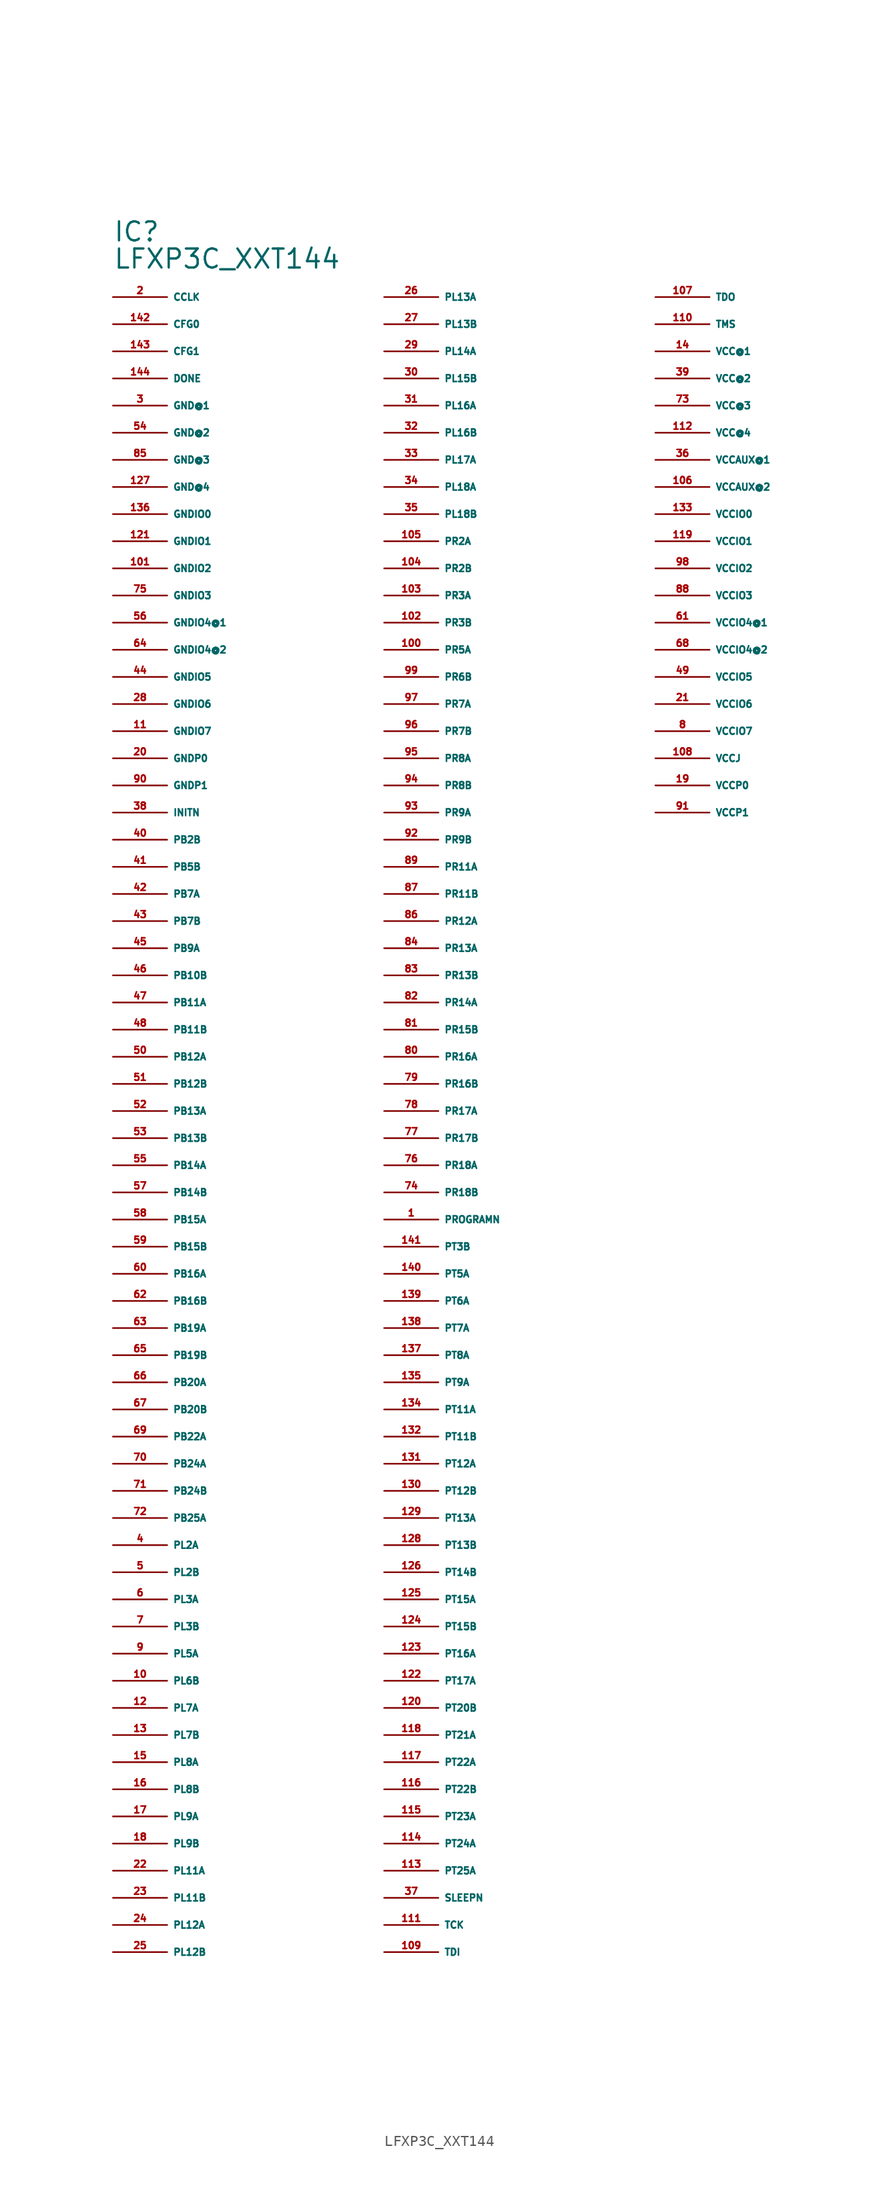
<source format=kicad_sym>
(kicad_symbol_lib
  (version 20220914)
  (generator Eagle2Kicad)
  (symbol "LFXP3C_XXT144"
    (property "Reference" "IC"
      (at -30.48 86.36 0)
      (effects (font (size 1.778 1.778) (thickness 0.22)) (justify left bottom)))
    (property "Value" "LFXP3C_XXT144"
      (at -30.48 83.82 0)
      (effects (font (size 1.778 1.778) (thickness 0.22)) (justify left bottom)))
    (pin bidirectional line
      (at -30.48 81.28 0)
      (length 5.08)
      (name "CCLK" (effects (font (size 0.635 0.635) (thickness 0.08)) (justify left bottom)))
      (number "2" (effects (font (size 0.635 0.635) (thickness 0.08)) (justify left bottom))))
    (pin input line
      (at -30.48 78.74 0)
      (length 5.08)
      (name "CFG0" (effects (font (size 0.635 0.635) (thickness 0.08)) (justify left bottom)))
      (number "142" (effects (font (size 0.635 0.635) (thickness 0.08)) (justify left bottom))))
    (pin input line
      (at -30.48 76.2 0)
      (length 5.08)
      (name "CFG1" (effects (font (size 0.635 0.635) (thickness 0.08)) (justify left bottom)))
      (number "143" (effects (font (size 0.635 0.635) (thickness 0.08)) (justify left bottom))))
    (pin bidirectional line
      (at -30.48 73.66 0)
      (length 5.08)
      (name "DONE" (effects (font (size 0.635 0.635) (thickness 0.08)) (justify left bottom)))
      (number "144" (effects (font (size 0.635 0.635) (thickness 0.08)) (justify left bottom))))
    (pin unspecified line
      (at -30.48 71.12 0)
      (length 5.08)
      (name "GND@1" (effects (font (size 0.635 0.635) (thickness 0.08)) (justify left bottom)))
      (number "3" (effects (font (size 0.635 0.635) (thickness 0.08)) (justify left bottom))))
    (pin unspecified line
      (at -30.48 68.58 0)
      (length 5.08)
      (name "GND@2" (effects (font (size 0.635 0.635) (thickness 0.08)) (justify left bottom)))
      (number "54" (effects (font (size 0.635 0.635) (thickness 0.08)) (justify left bottom))))
    (pin unspecified line
      (at -30.48 66.04 0)
      (length 5.08)
      (name "GND@3" (effects (font (size 0.635 0.635) (thickness 0.08)) (justify left bottom)))
      (number "85" (effects (font (size 0.635 0.635) (thickness 0.08)) (justify left bottom))))
    (pin unspecified line
      (at -30.48 63.5 0)
      (length 5.08)
      (name "GND@4" (effects (font (size 0.635 0.635) (thickness 0.08)) (justify left bottom)))
      (number "127" (effects (font (size 0.635 0.635) (thickness 0.08)) (justify left bottom))))
    (pin unspecified line
      (at -30.48 60.96 0)
      (length 5.08)
      (name "GNDIO0" (effects (font (size 0.635 0.635) (thickness 0.08)) (justify left bottom)))
      (number "136" (effects (font (size 0.635 0.635) (thickness 0.08)) (justify left bottom))))
    (pin unspecified line
      (at -30.48 58.42 0)
      (length 5.08)
      (name "GNDIO1" (effects (font (size 0.635 0.635) (thickness 0.08)) (justify left bottom)))
      (number "121" (effects (font (size 0.635 0.635) (thickness 0.08)) (justify left bottom))))
    (pin unspecified line
      (at -30.48 55.88 0)
      (length 5.08)
      (name "GNDIO2" (effects (font (size 0.635 0.635) (thickness 0.08)) (justify left bottom)))
      (number "101" (effects (font (size 0.635 0.635) (thickness 0.08)) (justify left bottom))))
    (pin unspecified line
      (at -30.48 53.34 0)
      (length 5.08)
      (name "GNDIO3" (effects (font (size 0.635 0.635) (thickness 0.08)) (justify left bottom)))
      (number "75" (effects (font (size 0.635 0.635) (thickness 0.08)) (justify left bottom))))
    (pin unspecified line
      (at -30.48 50.8 0)
      (length 5.08)
      (name "GNDIO4@1" (effects (font (size 0.635 0.635) (thickness 0.08)) (justify left bottom)))
      (number "56" (effects (font (size 0.635 0.635) (thickness 0.08)) (justify left bottom))))
    (pin unspecified line
      (at -30.48 48.26 0)
      (length 5.08)
      (name "GNDIO4@2" (effects (font (size 0.635 0.635) (thickness 0.08)) (justify left bottom)))
      (number "64" (effects (font (size 0.635 0.635) (thickness 0.08)) (justify left bottom))))
    (pin unspecified line
      (at -30.48 45.72 0)
      (length 5.08)
      (name "GNDIO5" (effects (font (size 0.635 0.635) (thickness 0.08)) (justify left bottom)))
      (number "44" (effects (font (size 0.635 0.635) (thickness 0.08)) (justify left bottom))))
    (pin unspecified line
      (at -30.48 43.18 0)
      (length 5.08)
      (name "GNDIO6" (effects (font (size 0.635 0.635) (thickness 0.08)) (justify left bottom)))
      (number "28" (effects (font (size 0.635 0.635) (thickness 0.08)) (justify left bottom))))
    (pin unspecified line
      (at -30.48 40.64 0)
      (length 5.08)
      (name "GNDIO7" (effects (font (size 0.635 0.635) (thickness 0.08)) (justify left bottom)))
      (number "11" (effects (font (size 0.635 0.635) (thickness 0.08)) (justify left bottom))))
    (pin unspecified line
      (at -30.48 38.1 0)
      (length 5.08)
      (name "GNDP0" (effects (font (size 0.635 0.635) (thickness 0.08)) (justify left bottom)))
      (number "20" (effects (font (size 0.635 0.635) (thickness 0.08)) (justify left bottom))))
    (pin unspecified line
      (at -30.48 35.56 0)
      (length 5.08)
      (name "GNDP1" (effects (font (size 0.635 0.635) (thickness 0.08)) (justify left bottom)))
      (number "90" (effects (font (size 0.635 0.635) (thickness 0.08)) (justify left bottom))))
    (pin bidirectional line
      (at -30.48 33.02 0)
      (length 5.08)
      (name "INITN" (effects (font (size 0.635 0.635) (thickness 0.08)) (justify left bottom)))
      (number "38" (effects (font (size 0.635 0.635) (thickness 0.08)) (justify left bottom))))
    (pin bidirectional line
      (at -30.48 30.48 0)
      (length 5.08)
      (name "PB2B" (effects (font (size 0.635 0.635) (thickness 0.08)) (justify left bottom)))
      (number "40" (effects (font (size 0.635 0.635) (thickness 0.08)) (justify left bottom))))
    (pin bidirectional line
      (at -30.48 27.94 0)
      (length 5.08)
      (name "PB5B" (effects (font (size 0.635 0.635) (thickness 0.08)) (justify left bottom)))
      (number "41" (effects (font (size 0.635 0.635) (thickness 0.08)) (justify left bottom))))
    (pin bidirectional line
      (at -30.48 25.4 0)
      (length 5.08)
      (name "PB7A" (effects (font (size 0.635 0.635) (thickness 0.08)) (justify left bottom)))
      (number "42" (effects (font (size 0.635 0.635) (thickness 0.08)) (justify left bottom))))
    (pin bidirectional line
      (at -30.48 22.86 0)
      (length 5.08)
      (name "PB7B" (effects (font (size 0.635 0.635) (thickness 0.08)) (justify left bottom)))
      (number "43" (effects (font (size 0.635 0.635) (thickness 0.08)) (justify left bottom))))
    (pin bidirectional line
      (at -30.48 20.32 0)
      (length 5.08)
      (name "PB9A" (effects (font (size 0.635 0.635) (thickness 0.08)) (justify left bottom)))
      (number "45" (effects (font (size 0.635 0.635) (thickness 0.08)) (justify left bottom))))
    (pin bidirectional line
      (at -30.48 17.78 0)
      (length 5.08)
      (name "PB10B" (effects (font (size 0.635 0.635) (thickness 0.08)) (justify left bottom)))
      (number "46" (effects (font (size 0.635 0.635) (thickness 0.08)) (justify left bottom))))
    (pin bidirectional line
      (at -30.48 15.24 0)
      (length 5.08)
      (name "PB11A" (effects (font (size 0.635 0.635) (thickness 0.08)) (justify left bottom)))
      (number "47" (effects (font (size 0.635 0.635) (thickness 0.08)) (justify left bottom))))
    (pin bidirectional line
      (at -30.48 12.7 0)
      (length 5.08)
      (name "PB11B" (effects (font (size 0.635 0.635) (thickness 0.08)) (justify left bottom)))
      (number "48" (effects (font (size 0.635 0.635) (thickness 0.08)) (justify left bottom))))
    (pin bidirectional line
      (at -30.48 10.16 0)
      (length 5.08)
      (name "PB12A" (effects (font (size 0.635 0.635) (thickness 0.08)) (justify left bottom)))
      (number "50" (effects (font (size 0.635 0.635) (thickness 0.08)) (justify left bottom))))
    (pin bidirectional line
      (at -30.48 7.62 0)
      (length 5.08)
      (name "PB12B" (effects (font (size 0.635 0.635) (thickness 0.08)) (justify left bottom)))
      (number "51" (effects (font (size 0.635 0.635) (thickness 0.08)) (justify left bottom))))
    (pin bidirectional line
      (at -30.48 5.08 0)
      (length 5.08)
      (name "PB13A" (effects (font (size 0.635 0.635) (thickness 0.08)) (justify left bottom)))
      (number "52" (effects (font (size 0.635 0.635) (thickness 0.08)) (justify left bottom))))
    (pin bidirectional line
      (at -30.48 2.54 0)
      (length 5.08)
      (name "PB13B" (effects (font (size 0.635 0.635) (thickness 0.08)) (justify left bottom)))
      (number "53" (effects (font (size 0.635 0.635) (thickness 0.08)) (justify left bottom))))
    (pin bidirectional line
      (at -30.48 0 0)
      (length 5.08)
      (name "PB14A" (effects (font (size 0.635 0.635) (thickness 0.08)) (justify left bottom)))
      (number "55" (effects (font (size 0.635 0.635) (thickness 0.08)) (justify left bottom))))
    (pin bidirectional line
      (at -30.48 -2.54 0)
      (length 5.08)
      (name "PB14B" (effects (font (size 0.635 0.635) (thickness 0.08)) (justify left bottom)))
      (number "57" (effects (font (size 0.635 0.635) (thickness 0.08)) (justify left bottom))))
    (pin bidirectional line
      (at -30.48 -5.08 0)
      (length 5.08)
      (name "PB15A" (effects (font (size 0.635 0.635) (thickness 0.08)) (justify left bottom)))
      (number "58" (effects (font (size 0.635 0.635) (thickness 0.08)) (justify left bottom))))
    (pin bidirectional line
      (at -30.48 -7.62 0)
      (length 5.08)
      (name "PB15B" (effects (font (size 0.635 0.635) (thickness 0.08)) (justify left bottom)))
      (number "59" (effects (font (size 0.635 0.635) (thickness 0.08)) (justify left bottom))))
    (pin bidirectional line
      (at -30.48 -10.16 0)
      (length 5.08)
      (name "PB16A" (effects (font (size 0.635 0.635) (thickness 0.08)) (justify left bottom)))
      (number "60" (effects (font (size 0.635 0.635) (thickness 0.08)) (justify left bottom))))
    (pin bidirectional line
      (at -30.48 -12.7 0)
      (length 5.08)
      (name "PB16B" (effects (font (size 0.635 0.635) (thickness 0.08)) (justify left bottom)))
      (number "62" (effects (font (size 0.635 0.635) (thickness 0.08)) (justify left bottom))))
    (pin bidirectional line
      (at -30.48 -15.24 0)
      (length 5.08)
      (name "PB19A" (effects (font (size 0.635 0.635) (thickness 0.08)) (justify left bottom)))
      (number "63" (effects (font (size 0.635 0.635) (thickness 0.08)) (justify left bottom))))
    (pin bidirectional line
      (at -30.48 -17.78 0)
      (length 5.08)
      (name "PB19B" (effects (font (size 0.635 0.635) (thickness 0.08)) (justify left bottom)))
      (number "65" (effects (font (size 0.635 0.635) (thickness 0.08)) (justify left bottom))))
    (pin bidirectional line
      (at -30.48 -20.32 0)
      (length 5.08)
      (name "PB20A" (effects (font (size 0.635 0.635) (thickness 0.08)) (justify left bottom)))
      (number "66" (effects (font (size 0.635 0.635) (thickness 0.08)) (justify left bottom))))
    (pin bidirectional line
      (at -30.48 -22.86 0)
      (length 5.08)
      (name "PB20B" (effects (font (size 0.635 0.635) (thickness 0.08)) (justify left bottom)))
      (number "67" (effects (font (size 0.635 0.635) (thickness 0.08)) (justify left bottom))))
    (pin bidirectional line
      (at -30.48 -25.4 0)
      (length 5.08)
      (name "PB22A" (effects (font (size 0.635 0.635) (thickness 0.08)) (justify left bottom)))
      (number "69" (effects (font (size 0.635 0.635) (thickness 0.08)) (justify left bottom))))
    (pin bidirectional line
      (at -30.48 -27.94 0)
      (length 5.08)
      (name "PB24A" (effects (font (size 0.635 0.635) (thickness 0.08)) (justify left bottom)))
      (number "70" (effects (font (size 0.635 0.635) (thickness 0.08)) (justify left bottom))))
    (pin bidirectional line
      (at -30.48 -30.48 0)
      (length 5.08)
      (name "PB24B" (effects (font (size 0.635 0.635) (thickness 0.08)) (justify left bottom)))
      (number "71" (effects (font (size 0.635 0.635) (thickness 0.08)) (justify left bottom))))
    (pin bidirectional line
      (at -30.48 -33.02 0)
      (length 5.08)
      (name "PB25A" (effects (font (size 0.635 0.635) (thickness 0.08)) (justify left bottom)))
      (number "72" (effects (font (size 0.635 0.635) (thickness 0.08)) (justify left bottom))))
    (pin bidirectional line
      (at -30.48 -35.56 0)
      (length 5.08)
      (name "PL2A" (effects (font (size 0.635 0.635) (thickness 0.08)) (justify left bottom)))
      (number "4" (effects (font (size 0.635 0.635) (thickness 0.08)) (justify left bottom))))
    (pin bidirectional line
      (at -30.48 -38.1 0)
      (length 5.08)
      (name "PL2B" (effects (font (size 0.635 0.635) (thickness 0.08)) (justify left bottom)))
      (number "5" (effects (font (size 0.635 0.635) (thickness 0.08)) (justify left bottom))))
    (pin bidirectional line
      (at -30.48 -40.64 0)
      (length 5.08)
      (name "PL3A" (effects (font (size 0.635 0.635) (thickness 0.08)) (justify left bottom)))
      (number "6" (effects (font (size 0.635 0.635) (thickness 0.08)) (justify left bottom))))
    (pin bidirectional line
      (at -30.48 -43.18 0)
      (length 5.08)
      (name "PL3B" (effects (font (size 0.635 0.635) (thickness 0.08)) (justify left bottom)))
      (number "7" (effects (font (size 0.635 0.635) (thickness 0.08)) (justify left bottom))))
    (pin bidirectional line
      (at -30.48 -45.72 0)
      (length 5.08)
      (name "PL5A" (effects (font (size 0.635 0.635) (thickness 0.08)) (justify left bottom)))
      (number "9" (effects (font (size 0.635 0.635) (thickness 0.08)) (justify left bottom))))
    (pin bidirectional line
      (at -30.48 -48.26 0)
      (length 5.08)
      (name "PL6B" (effects (font (size 0.635 0.635) (thickness 0.08)) (justify left bottom)))
      (number "10" (effects (font (size 0.635 0.635) (thickness 0.08)) (justify left bottom))))
    (pin bidirectional line
      (at -30.48 -50.8 0)
      (length 5.08)
      (name "PL7A" (effects (font (size 0.635 0.635) (thickness 0.08)) (justify left bottom)))
      (number "12" (effects (font (size 0.635 0.635) (thickness 0.08)) (justify left bottom))))
    (pin bidirectional line
      (at -30.48 -53.34 0)
      (length 5.08)
      (name "PL7B" (effects (font (size 0.635 0.635) (thickness 0.08)) (justify left bottom)))
      (number "13" (effects (font (size 0.635 0.635) (thickness 0.08)) (justify left bottom))))
    (pin bidirectional line
      (at -30.48 -55.88 0)
      (length 5.08)
      (name "PL8A" (effects (font (size 0.635 0.635) (thickness 0.08)) (justify left bottom)))
      (number "15" (effects (font (size 0.635 0.635) (thickness 0.08)) (justify left bottom))))
    (pin bidirectional line
      (at -30.48 -58.42 0)
      (length 5.08)
      (name "PL8B" (effects (font (size 0.635 0.635) (thickness 0.08)) (justify left bottom)))
      (number "16" (effects (font (size 0.635 0.635) (thickness 0.08)) (justify left bottom))))
    (pin bidirectional line
      (at -30.48 -60.96 0)
      (length 5.08)
      (name "PL9A" (effects (font (size 0.635 0.635) (thickness 0.08)) (justify left bottom)))
      (number "17" (effects (font (size 0.635 0.635) (thickness 0.08)) (justify left bottom))))
    (pin bidirectional line
      (at -30.48 -63.5 0)
      (length 5.08)
      (name "PL9B" (effects (font (size 0.635 0.635) (thickness 0.08)) (justify left bottom)))
      (number "18" (effects (font (size 0.635 0.635) (thickness 0.08)) (justify left bottom))))
    (pin bidirectional line
      (at -30.48 -66.04 0)
      (length 5.08)
      (name "PL11A" (effects (font (size 0.635 0.635) (thickness 0.08)) (justify left bottom)))
      (number "22" (effects (font (size 0.635 0.635) (thickness 0.08)) (justify left bottom))))
    (pin bidirectional line
      (at -30.48 -68.58 0)
      (length 5.08)
      (name "PL11B" (effects (font (size 0.635 0.635) (thickness 0.08)) (justify left bottom)))
      (number "23" (effects (font (size 0.635 0.635) (thickness 0.08)) (justify left bottom))))
    (pin bidirectional line
      (at -30.48 -71.12 0)
      (length 5.08)
      (name "PL12A" (effects (font (size 0.635 0.635) (thickness 0.08)) (justify left bottom)))
      (number "24" (effects (font (size 0.635 0.635) (thickness 0.08)) (justify left bottom))))
    (pin bidirectional line
      (at -30.48 -73.66 0)
      (length 5.08)
      (name "PL12B" (effects (font (size 0.635 0.635) (thickness 0.08)) (justify left bottom)))
      (number "25" (effects (font (size 0.635 0.635) (thickness 0.08)) (justify left bottom))))
    (pin bidirectional line
      (at -5.08 81.28 0)
      (length 5.08)
      (name "PL13A" (effects (font (size 0.635 0.635) (thickness 0.08)) (justify left bottom)))
      (number "26" (effects (font (size 0.635 0.635) (thickness 0.08)) (justify left bottom))))
    (pin bidirectional line
      (at -5.08 78.74 0)
      (length 5.08)
      (name "PL13B" (effects (font (size 0.635 0.635) (thickness 0.08)) (justify left bottom)))
      (number "27" (effects (font (size 0.635 0.635) (thickness 0.08)) (justify left bottom))))
    (pin bidirectional line
      (at -5.08 76.2 0)
      (length 5.08)
      (name "PL14A" (effects (font (size 0.635 0.635) (thickness 0.08)) (justify left bottom)))
      (number "29" (effects (font (size 0.635 0.635) (thickness 0.08)) (justify left bottom))))
    (pin bidirectional line
      (at -5.08 73.66 0)
      (length 5.08)
      (name "PL15B" (effects (font (size 0.635 0.635) (thickness 0.08)) (justify left bottom)))
      (number "30" (effects (font (size 0.635 0.635) (thickness 0.08)) (justify left bottom))))
    (pin bidirectional line
      (at -5.08 71.12 0)
      (length 5.08)
      (name "PL16A" (effects (font (size 0.635 0.635) (thickness 0.08)) (justify left bottom)))
      (number "31" (effects (font (size 0.635 0.635) (thickness 0.08)) (justify left bottom))))
    (pin bidirectional line
      (at -5.08 68.58 0)
      (length 5.08)
      (name "PL16B" (effects (font (size 0.635 0.635) (thickness 0.08)) (justify left bottom)))
      (number "32" (effects (font (size 0.635 0.635) (thickness 0.08)) (justify left bottom))))
    (pin bidirectional line
      (at -5.08 66.04 0)
      (length 5.08)
      (name "PL17A" (effects (font (size 0.635 0.635) (thickness 0.08)) (justify left bottom)))
      (number "33" (effects (font (size 0.635 0.635) (thickness 0.08)) (justify left bottom))))
    (pin bidirectional line
      (at -5.08 63.5 0)
      (length 5.08)
      (name "PL18A" (effects (font (size 0.635 0.635) (thickness 0.08)) (justify left bottom)))
      (number "34" (effects (font (size 0.635 0.635) (thickness 0.08)) (justify left bottom))))
    (pin bidirectional line
      (at -5.08 60.96 0)
      (length 5.08)
      (name "PL18B" (effects (font (size 0.635 0.635) (thickness 0.08)) (justify left bottom)))
      (number "35" (effects (font (size 0.635 0.635) (thickness 0.08)) (justify left bottom))))
    (pin bidirectional line
      (at -5.08 58.42 0)
      (length 5.08)
      (name "PR2A" (effects (font (size 0.635 0.635) (thickness 0.08)) (justify left bottom)))
      (number "105" (effects (font (size 0.635 0.635) (thickness 0.08)) (justify left bottom))))
    (pin bidirectional line
      (at -5.08 55.88 0)
      (length 5.08)
      (name "PR2B" (effects (font (size 0.635 0.635) (thickness 0.08)) (justify left bottom)))
      (number "104" (effects (font (size 0.635 0.635) (thickness 0.08)) (justify left bottom))))
    (pin bidirectional line
      (at -5.08 53.34 0)
      (length 5.08)
      (name "PR3A" (effects (font (size 0.635 0.635) (thickness 0.08)) (justify left bottom)))
      (number "103" (effects (font (size 0.635 0.635) (thickness 0.08)) (justify left bottom))))
    (pin bidirectional line
      (at -5.08 50.8 0)
      (length 5.08)
      (name "PR3B" (effects (font (size 0.635 0.635) (thickness 0.08)) (justify left bottom)))
      (number "102" (effects (font (size 0.635 0.635) (thickness 0.08)) (justify left bottom))))
    (pin bidirectional line
      (at -5.08 48.26 0)
      (length 5.08)
      (name "PR5A" (effects (font (size 0.635 0.635) (thickness 0.08)) (justify left bottom)))
      (number "100" (effects (font (size 0.635 0.635) (thickness 0.08)) (justify left bottom))))
    (pin bidirectional line
      (at -5.08 45.72 0)
      (length 5.08)
      (name "PR6B" (effects (font (size 0.635 0.635) (thickness 0.08)) (justify left bottom)))
      (number "99" (effects (font (size 0.635 0.635) (thickness 0.08)) (justify left bottom))))
    (pin bidirectional line
      (at -5.08 43.18 0)
      (length 5.08)
      (name "PR7A" (effects (font (size 0.635 0.635) (thickness 0.08)) (justify left bottom)))
      (number "97" (effects (font (size 0.635 0.635) (thickness 0.08)) (justify left bottom))))
    (pin bidirectional line
      (at -5.08 40.64 0)
      (length 5.08)
      (name "PR7B" (effects (font (size 0.635 0.635) (thickness 0.08)) (justify left bottom)))
      (number "96" (effects (font (size 0.635 0.635) (thickness 0.08)) (justify left bottom))))
    (pin bidirectional line
      (at -5.08 38.1 0)
      (length 5.08)
      (name "PR8A" (effects (font (size 0.635 0.635) (thickness 0.08)) (justify left bottom)))
      (number "95" (effects (font (size 0.635 0.635) (thickness 0.08)) (justify left bottom))))
    (pin bidirectional line
      (at -5.08 35.56 0)
      (length 5.08)
      (name "PR8B" (effects (font (size 0.635 0.635) (thickness 0.08)) (justify left bottom)))
      (number "94" (effects (font (size 0.635 0.635) (thickness 0.08)) (justify left bottom))))
    (pin bidirectional line
      (at -5.08 33.02 0)
      (length 5.08)
      (name "PR9A" (effects (font (size 0.635 0.635) (thickness 0.08)) (justify left bottom)))
      (number "93" (effects (font (size 0.635 0.635) (thickness 0.08)) (justify left bottom))))
    (pin bidirectional line
      (at -5.08 30.48 0)
      (length 5.08)
      (name "PR9B" (effects (font (size 0.635 0.635) (thickness 0.08)) (justify left bottom)))
      (number "92" (effects (font (size 0.635 0.635) (thickness 0.08)) (justify left bottom))))
    (pin bidirectional line
      (at -5.08 27.94 0)
      (length 5.08)
      (name "PR11A" (effects (font (size 0.635 0.635) (thickness 0.08)) (justify left bottom)))
      (number "89" (effects (font (size 0.635 0.635) (thickness 0.08)) (justify left bottom))))
    (pin bidirectional line
      (at -5.08 25.4 0)
      (length 5.08)
      (name "PR11B" (effects (font (size 0.635 0.635) (thickness 0.08)) (justify left bottom)))
      (number "87" (effects (font (size 0.635 0.635) (thickness 0.08)) (justify left bottom))))
    (pin bidirectional line
      (at -5.08 22.86 0)
      (length 5.08)
      (name "PR12A" (effects (font (size 0.635 0.635) (thickness 0.08)) (justify left bottom)))
      (number "86" (effects (font (size 0.635 0.635) (thickness 0.08)) (justify left bottom))))
    (pin bidirectional line
      (at -5.08 20.32 0)
      (length 5.08)
      (name "PR13A" (effects (font (size 0.635 0.635) (thickness 0.08)) (justify left bottom)))
      (number "84" (effects (font (size 0.635 0.635) (thickness 0.08)) (justify left bottom))))
    (pin bidirectional line
      (at -5.08 17.78 0)
      (length 5.08)
      (name "PR13B" (effects (font (size 0.635 0.635) (thickness 0.08)) (justify left bottom)))
      (number "83" (effects (font (size 0.635 0.635) (thickness 0.08)) (justify left bottom))))
    (pin bidirectional line
      (at -5.08 15.24 0)
      (length 5.08)
      (name "PR14A" (effects (font (size 0.635 0.635) (thickness 0.08)) (justify left bottom)))
      (number "82" (effects (font (size 0.635 0.635) (thickness 0.08)) (justify left bottom))))
    (pin bidirectional line
      (at -5.08 12.7 0)
      (length 5.08)
      (name "PR15B" (effects (font (size 0.635 0.635) (thickness 0.08)) (justify left bottom)))
      (number "81" (effects (font (size 0.635 0.635) (thickness 0.08)) (justify left bottom))))
    (pin bidirectional line
      (at -5.08 10.16 0)
      (length 5.08)
      (name "PR16A" (effects (font (size 0.635 0.635) (thickness 0.08)) (justify left bottom)))
      (number "80" (effects (font (size 0.635 0.635) (thickness 0.08)) (justify left bottom))))
    (pin bidirectional line
      (at -5.08 7.62 0)
      (length 5.08)
      (name "PR16B" (effects (font (size 0.635 0.635) (thickness 0.08)) (justify left bottom)))
      (number "79" (effects (font (size 0.635 0.635) (thickness 0.08)) (justify left bottom))))
    (pin bidirectional line
      (at -5.08 5.08 0)
      (length 5.08)
      (name "PR17A" (effects (font (size 0.635 0.635) (thickness 0.08)) (justify left bottom)))
      (number "78" (effects (font (size 0.635 0.635) (thickness 0.08)) (justify left bottom))))
    (pin bidirectional line
      (at -5.08 2.54 0)
      (length 5.08)
      (name "PR17B" (effects (font (size 0.635 0.635) (thickness 0.08)) (justify left bottom)))
      (number "77" (effects (font (size 0.635 0.635) (thickness 0.08)) (justify left bottom))))
    (pin bidirectional line
      (at -5.08 0 0)
      (length 5.08)
      (name "PR18A" (effects (font (size 0.635 0.635) (thickness 0.08)) (justify left bottom)))
      (number "76" (effects (font (size 0.635 0.635) (thickness 0.08)) (justify left bottom))))
    (pin bidirectional line
      (at -5.08 -2.54 0)
      (length 5.08)
      (name "PR18B" (effects (font (size 0.635 0.635) (thickness 0.08)) (justify left bottom)))
      (number "74" (effects (font (size 0.635 0.635) (thickness 0.08)) (justify left bottom))))
    (pin input line
      (at -5.08 -5.08 0)
      (length 5.08)
      (name "PROGRAMN" (effects (font (size 0.635 0.635) (thickness 0.08)) (justify left bottom)))
      (number "1" (effects (font (size 0.635 0.635) (thickness 0.08)) (justify left bottom))))
    (pin bidirectional line
      (at -5.08 -7.62 0)
      (length 5.08)
      (name "PT3B" (effects (font (size 0.635 0.635) (thickness 0.08)) (justify left bottom)))
      (number "141" (effects (font (size 0.635 0.635) (thickness 0.08)) (justify left bottom))))
    (pin bidirectional line
      (at -5.08 -10.16 0)
      (length 5.08)
      (name "PT5A" (effects (font (size 0.635 0.635) (thickness 0.08)) (justify left bottom)))
      (number "140" (effects (font (size 0.635 0.635) (thickness 0.08)) (justify left bottom))))
    (pin bidirectional line
      (at -5.08 -12.7 0)
      (length 5.08)
      (name "PT6A" (effects (font (size 0.635 0.635) (thickness 0.08)) (justify left bottom)))
      (number "139" (effects (font (size 0.635 0.635) (thickness 0.08)) (justify left bottom))))
    (pin bidirectional line
      (at -5.08 -15.24 0)
      (length 5.08)
      (name "PT7A" (effects (font (size 0.635 0.635) (thickness 0.08)) (justify left bottom)))
      (number "138" (effects (font (size 0.635 0.635) (thickness 0.08)) (justify left bottom))))
    (pin bidirectional line
      (at -5.08 -17.78 0)
      (length 5.08)
      (name "PT8A" (effects (font (size 0.635 0.635) (thickness 0.08)) (justify left bottom)))
      (number "137" (effects (font (size 0.635 0.635) (thickness 0.08)) (justify left bottom))))
    (pin bidirectional line
      (at -5.08 -20.32 0)
      (length 5.08)
      (name "PT9A" (effects (font (size 0.635 0.635) (thickness 0.08)) (justify left bottom)))
      (number "135" (effects (font (size 0.635 0.635) (thickness 0.08)) (justify left bottom))))
    (pin bidirectional line
      (at -5.08 -22.86 0)
      (length 5.08)
      (name "PT11A" (effects (font (size 0.635 0.635) (thickness 0.08)) (justify left bottom)))
      (number "134" (effects (font (size 0.635 0.635) (thickness 0.08)) (justify left bottom))))
    (pin bidirectional line
      (at -5.08 -25.4 0)
      (length 5.08)
      (name "PT11B" (effects (font (size 0.635 0.635) (thickness 0.08)) (justify left bottom)))
      (number "132" (effects (font (size 0.635 0.635) (thickness 0.08)) (justify left bottom))))
    (pin bidirectional line
      (at -5.08 -27.94 0)
      (length 5.08)
      (name "PT12A" (effects (font (size 0.635 0.635) (thickness 0.08)) (justify left bottom)))
      (number "131" (effects (font (size 0.635 0.635) (thickness 0.08)) (justify left bottom))))
    (pin bidirectional line
      (at -5.08 -30.48 0)
      (length 5.08)
      (name "PT12B" (effects (font (size 0.635 0.635) (thickness 0.08)) (justify left bottom)))
      (number "130" (effects (font (size 0.635 0.635) (thickness 0.08)) (justify left bottom))))
    (pin bidirectional line
      (at -5.08 -33.02 0)
      (length 5.08)
      (name "PT13A" (effects (font (size 0.635 0.635) (thickness 0.08)) (justify left bottom)))
      (number "129" (effects (font (size 0.635 0.635) (thickness 0.08)) (justify left bottom))))
    (pin bidirectional line
      (at -5.08 -35.56 0)
      (length 5.08)
      (name "PT13B" (effects (font (size 0.635 0.635) (thickness 0.08)) (justify left bottom)))
      (number "128" (effects (font (size 0.635 0.635) (thickness 0.08)) (justify left bottom))))
    (pin bidirectional line
      (at -5.08 -38.1 0)
      (length 5.08)
      (name "PT14B" (effects (font (size 0.635 0.635) (thickness 0.08)) (justify left bottom)))
      (number "126" (effects (font (size 0.635 0.635) (thickness 0.08)) (justify left bottom))))
    (pin bidirectional line
      (at -5.08 -40.64 0)
      (length 5.08)
      (name "PT15A" (effects (font (size 0.635 0.635) (thickness 0.08)) (justify left bottom)))
      (number "125" (effects (font (size 0.635 0.635) (thickness 0.08)) (justify left bottom))))
    (pin bidirectional line
      (at -5.08 -43.18 0)
      (length 5.08)
      (name "PT15B" (effects (font (size 0.635 0.635) (thickness 0.08)) (justify left bottom)))
      (number "124" (effects (font (size 0.635 0.635) (thickness 0.08)) (justify left bottom))))
    (pin bidirectional line
      (at -5.08 -45.72 0)
      (length 5.08)
      (name "PT16A" (effects (font (size 0.635 0.635) (thickness 0.08)) (justify left bottom)))
      (number "123" (effects (font (size 0.635 0.635) (thickness 0.08)) (justify left bottom))))
    (pin bidirectional line
      (at -5.08 -48.26 0)
      (length 5.08)
      (name "PT17A" (effects (font (size 0.635 0.635) (thickness 0.08)) (justify left bottom)))
      (number "122" (effects (font (size 0.635 0.635) (thickness 0.08)) (justify left bottom))))
    (pin bidirectional line
      (at -5.08 -50.8 0)
      (length 5.08)
      (name "PT20B" (effects (font (size 0.635 0.635) (thickness 0.08)) (justify left bottom)))
      (number "120" (effects (font (size 0.635 0.635) (thickness 0.08)) (justify left bottom))))
    (pin bidirectional line
      (at -5.08 -53.34 0)
      (length 5.08)
      (name "PT21A" (effects (font (size 0.635 0.635) (thickness 0.08)) (justify left bottom)))
      (number "118" (effects (font (size 0.635 0.635) (thickness 0.08)) (justify left bottom))))
    (pin bidirectional line
      (at -5.08 -55.88 0)
      (length 5.08)
      (name "PT22A" (effects (font (size 0.635 0.635) (thickness 0.08)) (justify left bottom)))
      (number "117" (effects (font (size 0.635 0.635) (thickness 0.08)) (justify left bottom))))
    (pin bidirectional line
      (at -5.08 -58.42 0)
      (length 5.08)
      (name "PT22B" (effects (font (size 0.635 0.635) (thickness 0.08)) (justify left bottom)))
      (number "116" (effects (font (size 0.635 0.635) (thickness 0.08)) (justify left bottom))))
    (pin bidirectional line
      (at -5.08 -60.96 0)
      (length 5.08)
      (name "PT23A" (effects (font (size 0.635 0.635) (thickness 0.08)) (justify left bottom)))
      (number "115" (effects (font (size 0.635 0.635) (thickness 0.08)) (justify left bottom))))
    (pin bidirectional line
      (at -5.08 -63.5 0)
      (length 5.08)
      (name "PT24A" (effects (font (size 0.635 0.635) (thickness 0.08)) (justify left bottom)))
      (number "114" (effects (font (size 0.635 0.635) (thickness 0.08)) (justify left bottom))))
    (pin bidirectional line
      (at -5.08 -66.04 0)
      (length 5.08)
      (name "PT25A" (effects (font (size 0.635 0.635) (thickness 0.08)) (justify left bottom)))
      (number "113" (effects (font (size 0.635 0.635) (thickness 0.08)) (justify left bottom))))
    (pin input line
      (at -5.08 -68.58 0)
      (length 5.08)
      (name "SLEEPN" (effects (font (size 0.635 0.635) (thickness 0.08)) (justify left bottom)))
      (number "37" (effects (font (size 0.635 0.635) (thickness 0.08)) (justify left bottom))))
    (pin input line
      (at -5.08 -71.12 0)
      (length 5.08)
      (name "TCK" (effects (font (size 0.635 0.635) (thickness 0.08)) (justify left bottom)))
      (number "111" (effects (font (size 0.635 0.635) (thickness 0.08)) (justify left bottom))))
    (pin input line
      (at -5.08 -73.66 0)
      (length 5.08)
      (name "TDI" (effects (font (size 0.635 0.635) (thickness 0.08)) (justify left bottom)))
      (number "109" (effects (font (size 0.635 0.635) (thickness 0.08)) (justify left bottom))))
    (pin output line
      (at 20.32 81.28 0)
      (length 5.08)
      (name "TDO" (effects (font (size 0.635 0.635) (thickness 0.08)) (justify left bottom)))
      (number "107" (effects (font (size 0.635 0.635) (thickness 0.08)) (justify left bottom))))
    (pin input line
      (at 20.32 78.74 0)
      (length 5.08)
      (name "TMS" (effects (font (size 0.635 0.635) (thickness 0.08)) (justify left bottom)))
      (number "110" (effects (font (size 0.635 0.635) (thickness 0.08)) (justify left bottom))))
    (pin unspecified line
      (at 20.32 76.2 0)
      (length 5.08)
      (name "VCC@1" (effects (font (size 0.635 0.635) (thickness 0.08)) (justify left bottom)))
      (number "14" (effects (font (size 0.635 0.635) (thickness 0.08)) (justify left bottom))))
    (pin unspecified line
      (at 20.32 73.66 0)
      (length 5.08)
      (name "VCC@2" (effects (font (size 0.635 0.635) (thickness 0.08)) (justify left bottom)))
      (number "39" (effects (font (size 0.635 0.635) (thickness 0.08)) (justify left bottom))))
    (pin unspecified line
      (at 20.32 71.12 0)
      (length 5.08)
      (name "VCC@3" (effects (font (size 0.635 0.635) (thickness 0.08)) (justify left bottom)))
      (number "73" (effects (font (size 0.635 0.635) (thickness 0.08)) (justify left bottom))))
    (pin unspecified line
      (at 20.32 68.58 0)
      (length 5.08)
      (name "VCC@4" (effects (font (size 0.635 0.635) (thickness 0.08)) (justify left bottom)))
      (number "112" (effects (font (size 0.635 0.635) (thickness 0.08)) (justify left bottom))))
    (pin unspecified line
      (at 20.32 66.04 0)
      (length 5.08)
      (name "VCCAUX@1" (effects (font (size 0.635 0.635) (thickness 0.08)) (justify left bottom)))
      (number "36" (effects (font (size 0.635 0.635) (thickness 0.08)) (justify left bottom))))
    (pin unspecified line
      (at 20.32 63.5 0)
      (length 5.08)
      (name "VCCAUX@2" (effects (font (size 0.635 0.635) (thickness 0.08)) (justify left bottom)))
      (number "106" (effects (font (size 0.635 0.635) (thickness 0.08)) (justify left bottom))))
    (pin unspecified line
      (at 20.32 60.96 0)
      (length 5.08)
      (name "VCCIO0" (effects (font (size 0.635 0.635) (thickness 0.08)) (justify left bottom)))
      (number "133" (effects (font (size 0.635 0.635) (thickness 0.08)) (justify left bottom))))
    (pin unspecified line
      (at 20.32 58.42 0)
      (length 5.08)
      (name "VCCIO1" (effects (font (size 0.635 0.635) (thickness 0.08)) (justify left bottom)))
      (number "119" (effects (font (size 0.635 0.635) (thickness 0.08)) (justify left bottom))))
    (pin unspecified line
      (at 20.32 55.88 0)
      (length 5.08)
      (name "VCCIO2" (effects (font (size 0.635 0.635) (thickness 0.08)) (justify left bottom)))
      (number "98" (effects (font (size 0.635 0.635) (thickness 0.08)) (justify left bottom))))
    (pin unspecified line
      (at 20.32 53.34 0)
      (length 5.08)
      (name "VCCIO3" (effects (font (size 0.635 0.635) (thickness 0.08)) (justify left bottom)))
      (number "88" (effects (font (size 0.635 0.635) (thickness 0.08)) (justify left bottom))))
    (pin unspecified line
      (at 20.32 50.8 0)
      (length 5.08)
      (name "VCCIO4@1" (effects (font (size 0.635 0.635) (thickness 0.08)) (justify left bottom)))
      (number "61" (effects (font (size 0.635 0.635) (thickness 0.08)) (justify left bottom))))
    (pin unspecified line
      (at 20.32 48.26 0)
      (length 5.08)
      (name "VCCIO4@2" (effects (font (size 0.635 0.635) (thickness 0.08)) (justify left bottom)))
      (number "68" (effects (font (size 0.635 0.635) (thickness 0.08)) (justify left bottom))))
    (pin unspecified line
      (at 20.32 45.72 0)
      (length 5.08)
      (name "VCCIO5" (effects (font (size 0.635 0.635) (thickness 0.08)) (justify left bottom)))
      (number "49" (effects (font (size 0.635 0.635) (thickness 0.08)) (justify left bottom))))
    (pin unspecified line
      (at 20.32 43.18 0)
      (length 5.08)
      (name "VCCIO6" (effects (font (size 0.635 0.635) (thickness 0.08)) (justify left bottom)))
      (number "21" (effects (font (size 0.635 0.635) (thickness 0.08)) (justify left bottom))))
    (pin unspecified line
      (at 20.32 40.64 0)
      (length 5.08)
      (name "VCCIO7" (effects (font (size 0.635 0.635) (thickness 0.08)) (justify left bottom)))
      (number "8" (effects (font (size 0.635 0.635) (thickness 0.08)) (justify left bottom))))
    (pin unspecified line
      (at 20.32 38.1 0)
      (length 5.08)
      (name "VCCJ" (effects (font (size 0.635 0.635) (thickness 0.08)) (justify left bottom)))
      (number "108" (effects (font (size 0.635 0.635) (thickness 0.08)) (justify left bottom))))
    (pin unspecified line
      (at 20.32 35.56 0)
      (length 5.08)
      (name "VCCP0" (effects (font (size 0.635 0.635) (thickness 0.08)) (justify left bottom)))
      (number "19" (effects (font (size 0.635 0.635) (thickness 0.08)) (justify left bottom))))
    (pin unspecified line
      (at 20.32 33.02 0)
      (length 5.08)
      (name "VCCP1" (effects (font (size 0.635 0.635) (thickness 0.08)) (justify left bottom)))
      (number "91" (effects (font (size 0.635 0.635) (thickness 0.08)) (justify left bottom))))))
</source>
